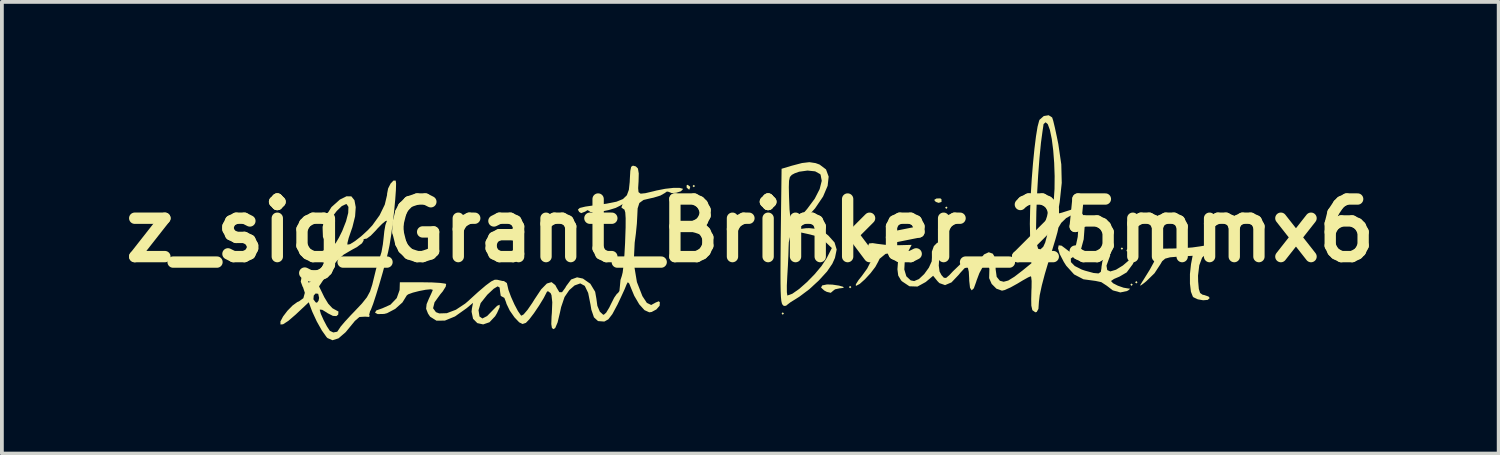
<source format=kicad_pcb>
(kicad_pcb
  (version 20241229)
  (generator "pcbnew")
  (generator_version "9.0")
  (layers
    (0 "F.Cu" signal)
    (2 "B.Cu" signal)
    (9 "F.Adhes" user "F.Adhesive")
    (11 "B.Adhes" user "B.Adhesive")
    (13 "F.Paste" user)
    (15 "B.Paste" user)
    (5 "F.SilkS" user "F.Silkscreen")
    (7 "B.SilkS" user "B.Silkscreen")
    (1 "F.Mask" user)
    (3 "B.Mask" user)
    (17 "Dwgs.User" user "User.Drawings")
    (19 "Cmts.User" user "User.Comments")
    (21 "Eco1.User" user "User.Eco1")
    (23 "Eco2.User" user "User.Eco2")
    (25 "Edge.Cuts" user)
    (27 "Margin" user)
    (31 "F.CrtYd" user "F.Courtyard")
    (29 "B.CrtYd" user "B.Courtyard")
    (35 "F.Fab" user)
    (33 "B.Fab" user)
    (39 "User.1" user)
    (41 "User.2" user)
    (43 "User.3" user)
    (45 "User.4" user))
  (footprint "z_sig_Grant_Brinker_25mmx6"
    (layer "F.Cu")
    (at 16.808 3.052)
    (property "Reference" "z_sig_Grant_Brinker_25mmx6" (at 0 0 0) (layer "F.SilkS") (effects (font (size 1.524 1.524) (thickness 0.3))))
    (attr board_only exclude_from_pos_files exclude_from_bom)
    (fp_poly (pts (xy -1.464 -1.178) (xy -1.496 -1.146) (xy -1.528 -1.178) (xy -1.496 -1.21)) (stroke (width 0) (type solid)) (fill yes) (layer "F.SilkS"))
    (fp_poly (pts (xy 0.891 2.196) (xy 0.859 2.228) (xy 0.828 2.196) (xy 0.859 2.164)) (stroke (width 0) (type solid)) (fill yes) (layer "F.SilkS"))
    (fp_poly (pts (xy 2.674 1.496) (xy 2.642 1.528) (xy 2.61 1.496) (xy 2.642 1.464)) (stroke (width 0) (type solid)) (fill yes) (layer "F.SilkS"))
    (fp_poly (pts (xy 5.22 -0.605) (xy 5.188 -0.573) (xy 5.156 -0.605) (xy 5.188 -0.637)) (stroke (width 0) (type solid)) (fill yes) (layer "F.SilkS"))
    (fp_poly (pts (xy 9.867 0.477) (xy 9.835 0.509) (xy 9.804 0.477) (xy 9.835 0.446)) (stroke (width 0) (type solid)) (fill yes) (layer "F.SilkS"))
    (fp_poly (pts (xy 10.122 1.432) (xy 10.09 1.464) (xy 10.058 1.432) (xy 10.09 1.401)) (stroke (width 0) (type solid)) (fill yes) (layer "F.SilkS"))
    (fp_poly (pts (xy 10.249 1.369) (xy 10.217 1.401) (xy 10.185 1.369) (xy 10.217 1.337)) (stroke (width 0) (type solid)) (fill yes) (layer "F.SilkS"))
    (fp_poly (pts (xy 5.06 -0.829) (xy 5.061 -0.757) (xy 4.985 -0.733) (xy 4.909 -0.759) (xy 4.866 -0.81) (xy 4.926 -0.848) (xy 5.03 -0.852)) (stroke (width 0) (type solid)) (fill yes) (layer "F.SilkS"))
    (fp_poly (pts (xy -1.594 -1.163) (xy -1.591 -1.146) (xy -1.613 -1.084) (xy -1.62 -1.082) (xy -1.674 -1.127) (xy -1.687 -1.146) (xy -1.682 -1.205) (xy -1.659 -1.21)) (stroke (width 0) (type solid)) (fill yes) (layer "F.SilkS"))
    (fp_poly (pts (xy 10.12 0.494) (xy 10.122 0.509) (xy 10.07 0.565) (xy 10.023 0.573) (xy 9.957 0.542) (xy 9.963 0.509) (xy 10.044 0.448) (xy 10.062 0.446)) (stroke (width 0) (type solid)) (fill yes) (layer "F.SilkS"))
    (fp_poly (pts (xy 2.174 1.431) (xy 2.347 1.457) (xy 2.454 1.487) (xy 2.476 1.514) (xy 2.395 1.527) (xy 2.37 1.528) (xy 2.244 1.555) (xy 2.196 1.591) (xy 2.13 1.648) (xy 2.025 1.623) (xy 1.956 1.586) (xy 1.873 1.509) (xy 1.903 1.452) (xy 2.032 1.426)) (stroke (width 0) (type solid)) (fill yes) (layer "F.SilkS"))
    (fp_poly (pts (xy 12.138 0.406) (xy 12.159 0.465) (xy 12.159 0.471) (xy 12.112 0.582) (xy 12.069 0.611) (xy 11.958 0.717) (xy 11.883 0.92) (xy 11.85 1.193) (xy 11.853 1.343) (xy 11.871 1.545) (xy 11.905 1.652) (xy 11.97 1.698) (xy 12.016 1.707) (xy 12.128 1.746) (xy 12.159 1.787) (xy 12.107 1.835) (xy 11.985 1.845) (xy 11.843 1.82) (xy 11.729 1.766) (xy 11.712 1.748) (xy 11.662 1.619) (xy 11.636 1.405) (xy 11.636 1.149) (xy 11.664 0.892) (xy 11.67 0.859) (xy 11.707 0.668) (xy 11.327 0.69) (xy 11.11 0.708) (xy 10.981 0.743) (xy 10.902 0.81) (xy 10.849 0.9) (xy 10.698 1.13) (xy 10.48 1.342) (xy 10.407 1.401) (xy 10.328 1.458) (xy 10.32 1.444) (xy 10.382 1.341) (xy 10.402 1.311) (xy 10.575 1.032) (xy 10.682 0.835) (xy 10.732 0.7) (xy 10.736 0.606) (xy 10.732 0.59) (xy 10.725 0.531) (xy 10.768 0.496) (xy 10.885 0.48) (xy 11.101 0.476) (xy 11.157 0.476) (xy 11.434 0.468) (xy 11.702 0.447) (xy 11.888 0.421) (xy 12.059 0.393)) (stroke (width 0) (type solid)) (fill yes) (layer "F.SilkS"))
    (fp_poly (pts (xy 1.728 -1.785) (xy 1.833 -1.747) (xy 2.004 -1.618) (xy 2.074 -1.427) (xy 2.047 -1.184) (xy 1.926 -0.9) (xy 1.714 -0.587) (xy 1.43 -0.273) (xy 1.234 -0.074) (xy 1.112 0.068) (xy 1.047 0.185) (xy 1.02 0.306) (xy 1.014 0.434) (xy 1.008 0.65) (xy 0.995 0.933) (xy 0.978 1.222) (xy 0.978 1.225) (xy 0.967 1.458) (xy 0.968 1.631) (xy 0.98 1.715) (xy 0.984 1.719) (xy 1.113 1.672) (xy 1.293 1.546) (xy 1.498 1.365) (xy 1.704 1.155) (xy 1.886 0.937) (xy 2.018 0.736) (xy 2.029 0.717) (xy 2.158 0.463) (xy 1.983 0.296) (xy 1.733 0.143) (xy 1.51 0.088) (xy 1.321 0.047) (xy 1.254 0.001) (xy 1.306 -0.039) (xy 1.474 -0.062) (xy 1.561 -0.064) (xy 1.78 -0.041) (xy 1.959 0.047) (xy 2.067 0.134) (xy 2.23 0.316) (xy 2.286 0.502) (xy 2.241 0.723) (xy 2.171 0.878) (xy 2.031 1.084) (xy 1.815 1.32) (xy 1.561 1.554) (xy 1.301 1.749) (xy 1.21 1.807) (xy 1.059 1.901) (xy 0.961 1.977) (xy 0.949 1.99) (xy 0.888 1.995) (xy 0.852 1.961) (xy 0.835 1.925) (xy 0.821 1.862) (xy 0.811 1.76) (xy 0.804 1.607) (xy 0.8 1.391) (xy 0.799 1.099) (xy 0.801 0.72) (xy 0.805 0.241) (xy 0.812 -0.35) (xy 0.814 -0.547) (xy 0.822 -1.146) (xy 1.02 -1.146) (xy 1.025 -0.895) (xy 1.038 -0.559) (xy 1.06 -0.342) (xy 1.104 -0.239) (xy 1.18 -0.241) (xy 1.3 -0.343) (xy 1.473 -0.535) (xy 1.509 -0.578) (xy 1.706 -0.844) (xy 1.836 -1.098) (xy 1.891 -1.316) (xy 1.861 -1.475) (xy 1.848 -1.494) (xy 1.716 -1.567) (xy 1.514 -1.588) (xy 1.292 -1.557) (xy 1.177 -1.516) (xy 1.097 -1.473) (xy 1.048 -1.417) (xy 1.025 -1.317) (xy 1.02 -1.146) (xy 0.822 -1.146) (xy 0.828 -1.635) (xy 1.098 -1.716) (xy 1.368 -1.787) (xy 1.564 -1.81)) (stroke (width 0) (type solid)) (fill yes) (layer "F.SilkS"))
    (fp_poly (pts (xy -9.385 -1.322) (xy -9.375 -1.244) (xy -9.38 -1.066) (xy -9.398 -0.815) (xy -9.426 -0.516) (xy -9.463 -0.196) (xy -9.505 0.119) (xy -9.547 0.382) (xy -9.587 0.573) (xy -9.652 0.83) (xy -9.732 1.122) (xy -9.819 1.423) (xy -9.905 1.704) (xy -9.981 1.937) (xy -10.04 2.092) (xy -10.064 2.138) (xy -10.088 2.231) (xy -10.074 2.259) (xy -10.09 2.286) (xy -10.194 2.279) (xy -10.346 2.288) (xy -10.47 2.396) (xy -10.48 2.41) (xy -10.709 2.689) (xy -10.899 2.853) (xy -11.058 2.903) (xy -11.191 2.845) (xy -11.217 2.818) (xy -11.34 2.644) (xy -11.475 2.404) (xy -11.592 2.151) (xy -11.62 2.079) (xy -11.686 1.898) (xy -12.031 2.222) (xy -12.226 2.39) (xy -12.367 2.481) (xy -12.435 2.486) (xy -12.436 2.406) (xy -12.366 2.274) (xy -12.251 2.123) (xy -12.116 1.985) (xy -11.989 1.892) (xy -11.944 1.874) (xy -11.87 1.82) (xy -11.563 1.82) (xy -11.504 1.9) (xy -11.468 1.91) (xy -11.427 1.856) (xy -11.412 1.782) (xy -11.436 1.674) (xy -11.504 1.665) (xy -11.554 1.719) (xy -11.563 1.82) (xy -11.87 1.82) (xy -11.829 1.79) (xy -11.79 1.648) (xy -11.838 1.5) (xy -11.848 1.487) (xy -11.852 1.477) (xy -11.414 1.477) (xy -11.275 1.764) (xy -11.17 1.937) (xy -11.059 2.056) (xy -11.011 2.083) (xy -10.9 2.143) (xy -10.907 2.224) (xy -10.955 2.264) (xy -11.048 2.258) (xy -11.185 2.188) (xy -11.21 2.17) (xy -11.329 2.098) (xy -11.392 2.092) (xy -11.395 2.102) (xy -11.366 2.206) (xy -11.294 2.367) (xy -11.206 2.535) (xy -11.128 2.654) (xy -11.037 2.697) (xy -10.933 2.678) (xy -10.886 2.61) (xy -10.844 2.545) (xy -10.732 2.413) (xy -10.57 2.237) (xy -10.477 2.141) (xy -10.278 1.93) (xy -10.148 1.767) (xy -10.064 1.612) (xy -10.004 1.426) (xy -9.965 1.265) (xy -9.906 1.024) (xy -9.847 0.82) (xy -9.802 0.698) (xy -9.8 0.694) (xy -9.761 0.568) (xy -9.725 0.368) (xy -9.708 0.221) (xy -9.686 0.014) (xy -9.659 -0.141) (xy -9.641 -0.196) (xy -9.615 -0.261) (xy -9.658 -0.249) (xy -9.75 -0.173) (xy -9.874 -0.046) (xy -9.914 0.000452) (xy -10.047 0.137) (xy -10.152 0.213) (xy -10.192 0.219) (xy -10.236 0.231) (xy -10.235 0.266) (xy -10.278 0.338) (xy -10.41 0.436) (xy -10.547 0.511) (xy -10.762 0.637) (xy -10.939 0.799) (xy -11.119 1.036) (xy -11.145 1.074) (xy -11.414 1.477) (xy -11.852 1.477) (xy -11.898 1.353) (xy -11.884 1.273) (xy -11.713 1.273) (xy -11.7 1.374) (xy -11.652 1.364) (xy -11.637 1.35) (xy -11.593 1.263) (xy -11.637 1.197) (xy -11.694 1.165) (xy -11.713 1.243) (xy -11.713 1.273) (xy -11.884 1.273) (xy -11.873 1.207) (xy -11.79 1.106) (xy -11.753 1.093) (xy -11.625 1.113) (xy -11.574 1.156) (xy -11.516 1.201) (xy -11.45 1.139) (xy -11.439 1.122) (xy -11.355 0.991) (xy -11.242 0.819) (xy -11.219 0.783) (xy -11.074 0.564) (xy -11.203 0.401) (xy -11.311 0.168) (xy -11.319 -0.051) (xy -11.204 -0.051) (xy -11.18 0.131) (xy -11.122 0.287) (xy -11.047 0.375) (xy -11.022 0.382) (xy -10.971 0.329) (xy -10.889 0.19) (xy -10.801 0.013) (xy -10.699 -0.246) (xy -10.642 -0.466) (xy -10.636 -0.625) (xy -10.683 -0.698) (xy -10.699 -0.7) (xy -10.81 -0.649) (xy -10.945 -0.519) (xy -11.075 -0.35) (xy -11.171 -0.177) (xy -11.204 -0.051) (xy -11.319 -0.051) (xy -11.32 -0.099) (xy -11.241 -0.371) (xy -11.085 -0.621) (xy -10.864 -0.819) (xy -10.687 -0.907) (xy -10.559 -0.905) (xy -10.477 -0.803) (xy -10.443 -0.619) (xy -10.46 -0.375) (xy -10.531 -0.089) (xy -10.566 0.011) (xy -10.63 0.198) (xy -10.663 0.331) (xy -10.662 0.373) (xy -10.592 0.36) (xy -10.461 0.278) (xy -10.296 0.149) (xy -10.125 -0.008) (xy -10.005 -0.136) (xy -9.811 -0.405) (xy -9.674 -0.687) (xy -9.614 -0.94) (xy -9.613 -0.973) (xy -9.586 -1.113) (xy -9.521 -1.242) (xy -9.445 -1.323)) (stroke (width 0) (type solid)) (fill yes) (layer "F.SilkS"))
    (fp_poly (pts (xy -3.03 -1.698) (xy -2.974 -1.642) (xy -2.952 -1.512) (xy -2.957 -1.305) (xy -2.968 -1.122) (xy -2.958 -1.016) (xy -2.902 -0.976) (xy -2.777 -0.989) (xy -2.557 -1.041) (xy -2.483 -1.06) (xy -2.254 -1.105) (xy -2.039 -1.129) (xy -1.873 -1.13) (xy -1.787 -1.107) (xy -1.782 -1.096) (xy -1.836 -1.04) (xy -1.955 -1.001) (xy -2.08 -0.991) (xy -2.153 -1.021) (xy -2.154 -1.023) (xy -2.207 -1.033) (xy -2.264 -0.992) (xy -2.38 -0.926) (xy -2.563 -0.87) (xy -2.625 -0.857) (xy -2.826 -0.81) (xy -2.936 -0.73) (xy -2.982 -0.585) (xy -2.991 -0.394) (xy -3.002 -0.184) (xy -3.029 0.087) (xy -3.06 0.321) (xy -3.086 0.853) (xy -3.001 1.363) (xy -2.856 1.735) (xy -2.738 1.914) (xy -2.623 1.97) (xy -2.505 1.906) (xy -2.503 1.904) (xy -2.422 1.872) (xy -2.394 1.899) (xy -2.4 1.99) (xy -2.486 2.088) (xy -2.611 2.155) (xy -2.674 2.164) (xy -2.8 2.107) (xy -2.939 1.953) (xy -3.072 1.726) (xy -3.147 1.546) (xy -3.204 1.403) (xy -3.242 1.367) (xy -3.275 1.427) (xy -3.277 1.432) (xy -3.326 1.552) (xy -3.414 1.744) (xy -3.52 1.969) (xy -3.523 1.973) (xy -3.651 2.212) (xy -3.757 2.349) (xy -3.858 2.406) (xy -3.871 2.408) (xy -4.03 2.396) (xy -4.138 2.297) (xy -4.207 2.095) (xy -4.229 1.961) (xy -4.291 1.651) (xy -4.381 1.464) (xy -4.5 1.399) (xy -4.651 1.453) (xy -4.791 1.576) (xy -4.916 1.759) (xy -5.007 2.027) (xy -5.04 2.18) (xy -5.1 2.431) (xy -5.162 2.577) (xy -5.206 2.61) (xy -5.25 2.58) (xy -5.267 2.476) (xy -5.26 2.275) (xy -5.252 2.18) (xy -5.241 1.897) (xy -5.262 1.709) (xy -5.286 1.655) (xy -5.356 1.604) (xy -5.384 1.623) (xy -5.469 1.788) (xy -5.591 1.988) (xy -5.726 2.188) (xy -5.85 2.351) (xy -5.937 2.441) (xy -5.941 2.444) (xy -6.028 2.473) (xy -6.117 2.429) (xy -6.241 2.298) (xy -6.366 2.119) (xy -6.452 1.941) (xy -6.464 1.899) (xy -6.509 1.782) (xy -6.561 1.753) (xy -6.562 1.754) (xy -6.605 1.728) (xy -6.621 1.627) (xy -6.635 1.507) (xy -6.687 1.477) (xy -6.791 1.54) (xy -6.96 1.698) (xy -7.137 1.92) (xy -7.193 2.108) (xy -7.167 2.275) (xy -7.09 2.327) (xy -6.966 2.263) (xy -6.833 2.127) (xy -6.702 1.993) (xy -6.634 1.963) (xy -6.633 2.03) (xy -6.704 2.185) (xy -6.753 2.268) (xy -6.903 2.427) (xy -7.07 2.484) (xy -7.225 2.45) (xy -7.338 2.335) (xy -7.377 2.148) (xy -7.368 2.064) (xy -7.339 1.914) (xy -7.508 2.055) (xy -7.815 2.273) (xy -8.083 2.383) (xy -8.305 2.386) (xy -8.474 2.28) (xy -8.53 2.197) (xy -8.58 2.07) (xy -8.567 1.948) (xy -8.51 1.811) (xy -8.442 1.664) (xy -8.405 1.577) (xy -8.403 1.569) (xy -8.457 1.554) (xy -8.591 1.567) (xy -8.763 1.6) (xy -8.931 1.643) (xy -9.055 1.688) (xy -9.092 1.717) (xy -9.207 1.903) (xy -9.397 2.073) (xy -9.613 2.187) (xy -9.692 2.207) (xy -9.862 2.211) (xy -9.933 2.173) (xy -9.898 2.114) (xy -9.748 2.061) (xy -9.744 2.06) (xy -9.524 1.962) (xy -9.358 1.788) (xy -9.282 1.575) (xy -9.281 1.551) (xy -9.275 1.369) (xy -8.686 1.369) (xy -8.423 1.373) (xy -8.209 1.386) (xy -8.077 1.404) (xy -8.05 1.414) (xy -8.061 1.484) (xy -8.14 1.61) (xy -8.204 1.687) (xy -8.357 1.899) (xy -8.396 2.056) (xy -8.32 2.16) (xy -8.233 2.193) (xy -8.032 2.187) (xy -7.792 2.096) (xy -7.547 1.934) (xy -7.481 1.878) (xy -7.203 1.625) (xy -7 1.452) (xy -6.858 1.347) (xy -6.763 1.301) (xy -6.704 1.301) (xy -6.561 1.334) (xy -6.52 1.337) (xy -6.443 1.389) (xy -6.429 1.448) (xy -6.401 1.571) (xy -6.333 1.754) (xy -6.243 1.955) (xy -6.15 2.131) (xy -6.074 2.24) (xy -6.059 2.253) (xy -6 2.22) (xy -5.897 2.1) (xy -5.769 1.914) (xy -5.718 1.831) (xy -5.535 1.556) (xy -5.384 1.402) (xy -5.26 1.365) (xy -5.161 1.444) (xy -5.125 1.512) (xy -5.054 1.631) (xy -4.983 1.632) (xy -4.897 1.515) (xy -4.874 1.472) (xy -4.743 1.296) (xy -4.585 1.238) (xy -4.43 1.271) (xy -4.234 1.408) (xy -4.106 1.62) (xy -4.074 1.801) (xy -4.048 1.991) (xy -3.983 2.146) (xy -3.897 2.225) (xy -3.877 2.228) (xy -3.816 2.175) (xy -3.733 2.039) (xy -3.686 1.942) (xy -3.602 1.776) (xy -3.529 1.672) (xy -3.503 1.655) (xy -3.464 1.6) (xy -3.451 1.473) (xy -3.436 1.308) (xy -3.401 1.203) (xy -3.378 1.109) (xy -3.354 0.914) (xy -3.332 0.646) (xy -3.314 0.33) (xy -3.312 0.27) (xy -3.3 -0.084) (xy -3.299 -0.328) (xy -3.309 -0.48) (xy -3.332 -0.556) (xy -3.362 -0.573) (xy -3.412 -0.611) (xy -3.397 -0.653) (xy -3.379 -0.7) (xy -3.441 -0.66) (xy -3.563 -0.599) (xy -3.742 -0.544) (xy -3.94 -0.503) (xy -4.116 -0.483) (xy -4.232 -0.491) (xy -4.255 -0.509) (xy -4.307 -0.541) (xy -4.37 -0.502) (xy -4.476 -0.461) (xy -4.528 -0.492) (xy -4.563 -0.553) (xy -4.514 -0.598) (xy -4.366 -0.634) (xy -4.17 -0.662) (xy -3.802 -0.712) (xy -3.541 -0.764) (xy -3.37 -0.834) (xy -3.267 -0.934) (xy -3.214 -1.079) (xy -3.192 -1.281) (xy -3.188 -1.367) (xy -3.176 -1.578) (xy -3.153 -1.687) (xy -3.107 -1.718)) (stroke (width 0) (type solid)) (fill yes) (layer "F.SilkS"))
    (fp_poly (pts (xy 7.989 -2.993) (xy 8.017 -2.907) (xy 8.061 -2.725) (xy 8.114 -2.478) (xy 8.153 -2.286) (xy 8.231 -1.751) (xy 8.243 -1.261) (xy 8.189 -0.754) (xy 8.17 -0.642) (xy 8.151 -0.5) (xy 8.176 -0.455) (xy 8.251 -0.475) (xy 8.512 -0.558) (xy 8.691 -0.545) (xy 8.799 -0.432) (xy 8.845 -0.211) (xy 8.849 -0.097) (xy 8.824 0.231) (xy 8.756 0.482) (xy 8.65 0.636) (xy 8.589 0.67) (xy 8.483 0.74) (xy 8.486 0.835) (xy 8.587 0.938) (xy 8.774 1.033) (xy 8.86 1.062) (xy 9.085 1.123) (xy 9.216 1.135) (xy 9.277 1.093) (xy 9.294 0.991) (xy 9.294 0.967) (xy 9.319 0.817) (xy 9.379 0.679) (xy 9.451 0.588) (xy 9.516 0.582) (xy 9.517 0.583) (xy 9.524 0.665) (xy 9.49 0.754) (xy 9.427 0.929) (xy 9.447 1.046) (xy 9.529 1.082) (xy 9.678 1.037) (xy 9.862 0.924) (xy 10.037 0.774) (xy 10.145 0.64) (xy 10.216 0.545) (xy 10.244 0.549) (xy 10.23 0.633) (xy 10.175 0.779) (xy 10.123 0.889) (xy 9.962 1.107) (xy 9.773 1.218) (xy 9.628 1.28) (xy 9.552 1.331) (xy 9.549 1.339) (xy 9.602 1.395) (xy 9.729 1.46) (xy 9.878 1.512) (xy 9.982 1.53) (xy 10.052 1.539) (xy 10.013 1.576) (xy 9.974 1.599) (xy 9.794 1.638) (xy 9.594 1.583) (xy 9.437 1.462) (xy 9.289 1.365) (xy 9.137 1.333) (xy 8.818 1.29) (xy 8.57 1.161) (xy 8.361 0.93) (xy 8.297 0.829) (xy 8.189 0.621) (xy 8.145 0.47) (xy 8.162 0.391) (xy 8.238 0.4) (xy 8.327 0.466) (xy 8.434 0.548) (xy 8.491 0.573) (xy 8.561 0.516) (xy 8.623 0.368) (xy 8.666 0.169) (xy 8.681 -0.046) (xy 8.675 -0.145) (xy 8.648 -0.326) (xy 8.611 -0.409) (xy 8.545 -0.419) (xy 8.506 -0.41) (xy 8.361 -0.331) (xy 8.229 -0.203) (xy 8.153 -0.073) (xy 8.148 -0.041) (xy 8.129 0.044) (xy 8.078 0.225) (xy 8.002 0.476) (xy 7.909 0.773) (xy 7.893 0.822) (xy 7.796 1.147) (xy 7.715 1.454) (xy 7.66 1.711) (xy 7.639 1.883) (xy 7.639 1.888) (xy 7.626 2.073) (xy 7.58 2.155) (xy 7.544 2.164) (xy 7.465 2.107) (xy 7.438 1.989) (xy 7.435 1.816) (xy 7.44 1.592) (xy 7.444 1.512) (xy 7.446 1.336) (xy 7.434 1.227) (xy 7.423 1.21) (xy 7.353 1.24) (xy 7.21 1.32) (xy 7.076 1.401) (xy 6.887 1.506) (xy 6.73 1.575) (xy 6.661 1.591) (xy 6.515 1.539) (xy 6.388 1.412) (xy 6.321 1.259) (xy 6.323 1.188) (xy 6.328 1.018) (xy 6.307 0.928) (xy 6.269 0.851) (xy 6.223 0.867) (xy 6.153 0.96) (xy 6.062 1.129) (xy 5.985 1.333) (xy 5.98 1.353) (xy 5.916 1.529) (xy 5.858 1.582) (xy 5.815 1.514) (xy 5.794 1.329) (xy 5.793 1.273) (xy 5.783 1.092) (xy 5.757 0.976) (xy 5.737 0.955) (xy 5.667 1.001) (xy 5.559 1.118) (xy 5.514 1.173) (xy 5.325 1.372) (xy 5.155 1.444) (xy 5.005 1.391) (xy 4.954 1.339) (xy 4.839 1.197) (xy 4.643 1.362) (xy 4.425 1.482) (xy 4.212 1.475) (xy 4.014 1.343) (xy 3.989 1.316) (xy 3.915 1.191) (xy 3.894 1.025) (xy 3.905 0.877) (xy 3.918 0.691) (xy 3.899 0.6) (xy 3.843 0.574) (xy 3.831 0.574) (xy 3.579 0.618) (xy 3.422 0.747) (xy 3.384 0.826) (xy 3.309 0.963) (xy 3.183 1.128) (xy 3.035 1.289) (xy 2.897 1.412) (xy 2.798 1.464) (xy 2.794 1.464) (xy 2.794 1.422) (xy 2.864 1.312) (xy 2.952 1.202) (xy 3.095 1.004) (xy 3.194 0.808) (xy 3.238 0.644) (xy 3.218 0.54) (xy 3.191 0.523) (xy 3.127 0.447) (xy 3.119 0.401) (xy 3.144 0.341) (xy 3.238 0.332) (xy 3.358 0.351) (xy 3.568 0.377) (xy 3.824 0.389) (xy 3.933 0.388) (xy 4.27 0.379) (xy 4.172 0.568) (xy 4.088 0.808) (xy 4.076 1.031) (xy 4.13 1.211) (xy 4.246 1.319) (xy 4.337 1.337) (xy 4.463 1.284) (xy 4.603 1.152) (xy 4.726 0.982) (xy 4.801 0.815) (xy 4.807 0.715) (xy 4.806 0.558) (xy 4.858 0.412) (xy 4.944 0.325) (xy 4.976 0.318) (xy 5.014 0.375) (xy 5.017 0.547) (xy 5.004 0.686) (xy 4.988 0.927) (xy 5.009 1.084) (xy 5.06 1.179) (xy 5.123 1.249) (xy 5.182 1.254) (xy 5.267 1.182) (xy 5.364 1.078) (xy 5.568 0.882) (xy 5.727 0.799) (xy 5.847 0.827) (xy 5.889 0.87) (xy 5.947 0.93) (xy 5.999 0.904) (xy 6.073 0.776) (xy 6.186 0.632) (xy 6.311 0.574) (xy 6.417 0.612) (xy 6.455 0.674) (xy 6.48 0.802) (xy 6.493 0.987) (xy 6.493 1.022) (xy 6.521 1.225) (xy 6.606 1.329) (xy 6.706 1.355) (xy 6.827 1.323) (xy 6.992 1.221) (xy 7.209 1.054) (xy 7.44 0.866) (xy 7.405 0.131) (xy 7.401 -0.09) (xy 7.564 -0.09) (xy 7.566 0.111) (xy 7.582 0.356) (xy 7.618 0.482) (xy 7.68 0.497) (xy 7.753 0.43) (xy 7.805 0.318) (xy 7.852 0.142) (xy 7.861 0.095) (xy 7.899 -0.112) (xy 7.953 -0.373) (xy 7.991 -0.541) (xy 8.031 -0.793) (xy 8.052 -1.101) (xy 8.055 -1.44) (xy 8.043 -1.789) (xy 8.017 -2.125) (xy 7.979 -2.423) (xy 7.93 -2.661) (xy 7.873 -2.816) (xy 7.816 -2.865) (xy 7.762 -2.819) (xy 7.762 -2.817) (xy 7.748 -2.72) (xy 7.736 -2.642) (xy 7.693 -2.324) (xy 7.653 -1.915) (xy 7.618 -1.451) (xy 7.59 -0.968) (xy 7.571 -0.503) (xy 7.564 -0.09) (xy 7.401 -0.09) (xy 7.399 -0.174) (xy 7.406 -0.54) (xy 7.423 -0.945) (xy 7.449 -1.365) (xy 7.482 -1.778) (xy 7.52 -2.162) (xy 7.561 -2.493) (xy 7.603 -2.749) (xy 7.645 -2.908) (xy 7.657 -2.934) (xy 7.768 -3.031) (xy 7.897 -3.052)) (stroke (width 0) (type solid)) (fill yes) (layer "F.SilkS")))
  (gr_rect
    (start -3 -3)
    (end 36.615 8.955)
    (stroke (width 0.1) (type default))
    (fill no)
    (layer "Edge.Cuts")))
</source>
